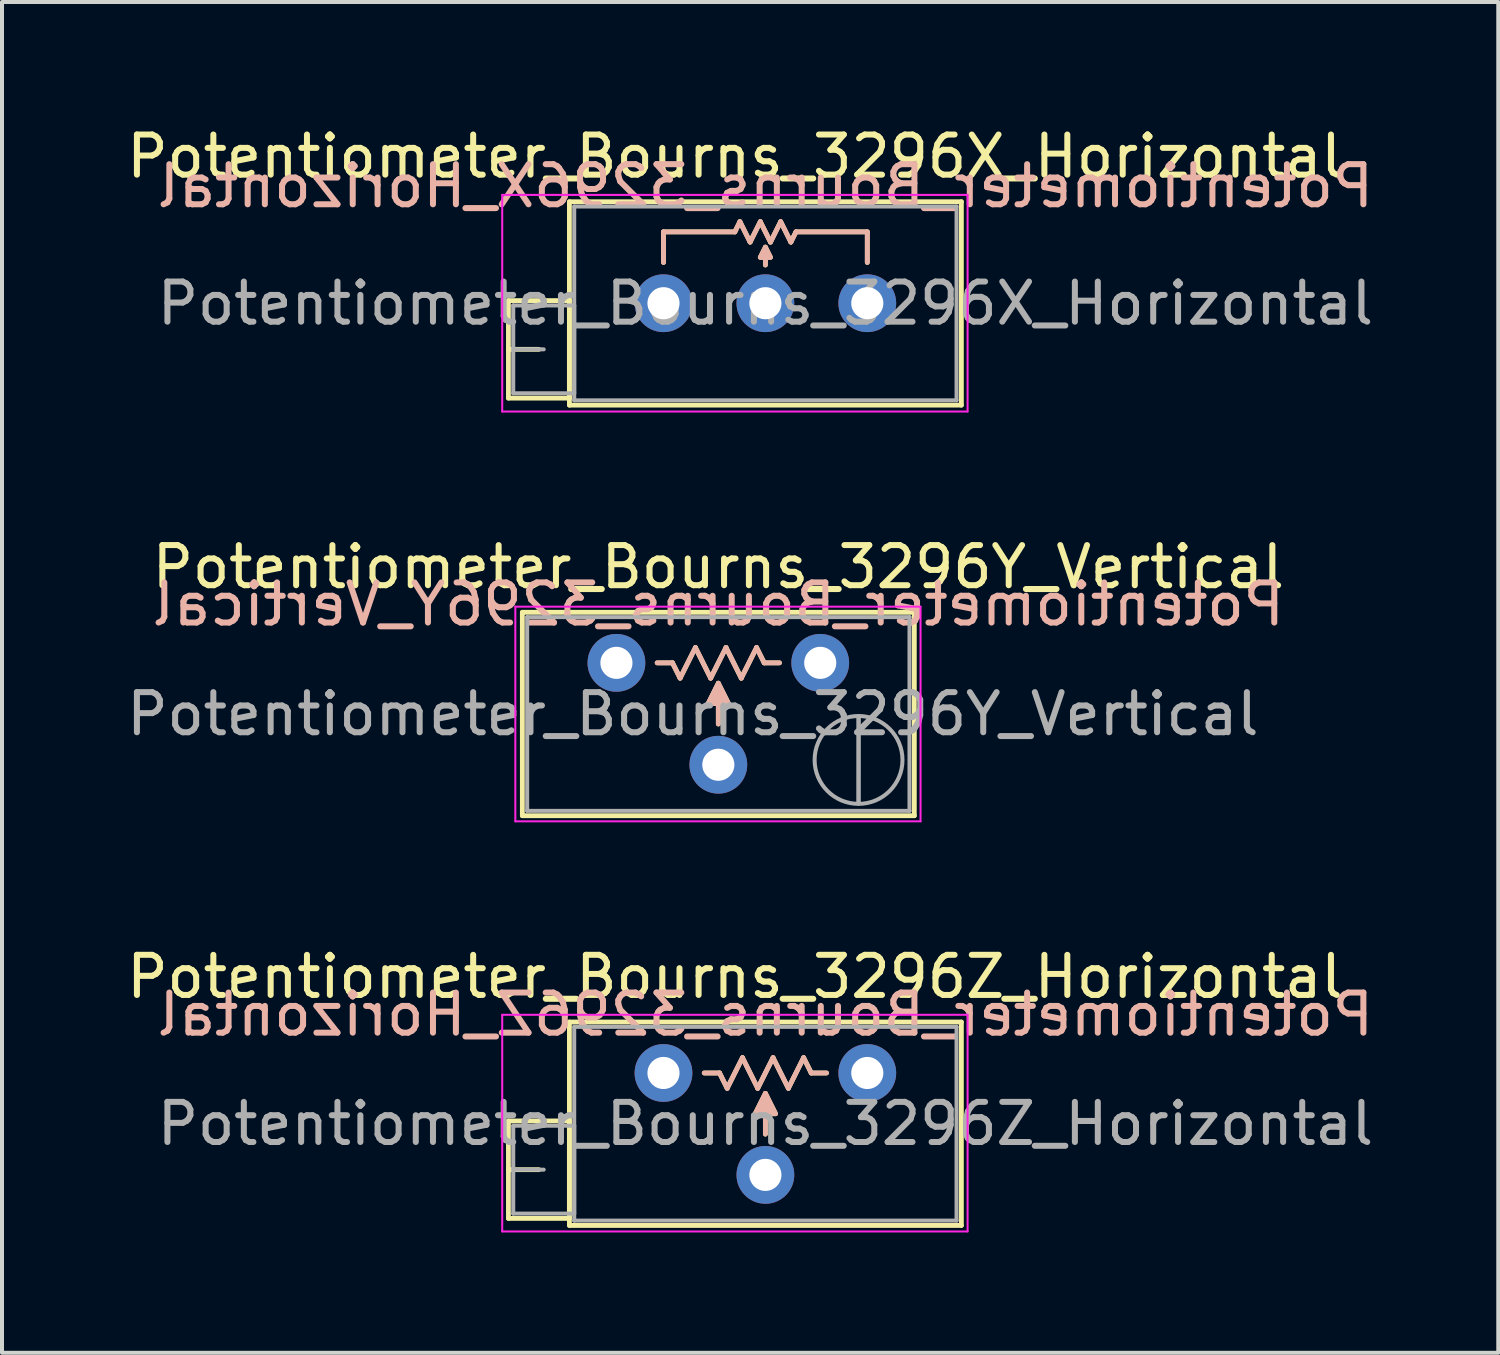
<source format=kicad_pcb>
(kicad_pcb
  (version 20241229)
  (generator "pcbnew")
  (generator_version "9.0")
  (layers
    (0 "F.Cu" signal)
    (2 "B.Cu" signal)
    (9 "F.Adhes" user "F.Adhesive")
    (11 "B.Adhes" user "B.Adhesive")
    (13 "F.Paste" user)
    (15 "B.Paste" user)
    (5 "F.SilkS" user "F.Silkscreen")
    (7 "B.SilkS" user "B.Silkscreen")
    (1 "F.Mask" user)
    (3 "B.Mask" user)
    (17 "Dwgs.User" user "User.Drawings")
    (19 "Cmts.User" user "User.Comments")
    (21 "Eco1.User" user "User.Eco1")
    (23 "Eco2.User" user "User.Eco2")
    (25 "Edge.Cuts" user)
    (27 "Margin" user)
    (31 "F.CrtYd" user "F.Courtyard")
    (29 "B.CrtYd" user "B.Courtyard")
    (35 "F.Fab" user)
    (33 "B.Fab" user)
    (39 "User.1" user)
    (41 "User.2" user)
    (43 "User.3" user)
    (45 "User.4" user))
  (footprint "Potentiometer_Bourns_3296X_Horizontal"
    (layer "F.Cu")
    (at 18.568 4.508)
    (property "Reference" "Potentiometer_Bourns_3296X_Horizontal" (at -3.3 -3.66 0) (layer "F.SilkS") (effects (font (size 1 1) (thickness 0.15))))
    (attr through_hole)
    (fp_line (start -8.945 -0.065) (end -8.945 2.365) (stroke (width 0.12) (type solid)) (layer "F.SilkS"))
    (fp_line (start -8.945 -0.065) (end -7.426 -0.065) (stroke (width 0.12) (type solid)) (layer "F.SilkS"))
    (fp_line (start -8.945 1.15) (end -8.186 1.15) (stroke (width 0.12) (type solid)) (layer "F.SilkS"))
    (fp_line (start -8.945 2.365) (end -7.426 2.365) (stroke (width 0.12) (type solid)) (layer "F.SilkS"))
    (fp_line (start -7.426 -0.065) (end -7.426 2.365) (stroke (width 0.12) (type solid)) (layer "F.SilkS"))
    (fp_line (start -7.425 -2.53) (end -7.425 2.54) (stroke (width 0.12) (type solid)) (layer "F.SilkS"))
    (fp_line (start -7.425 -2.53) (end 2.345 -2.53) (stroke (width 0.12) (type solid)) (layer "F.SilkS"))
    (fp_line (start -7.425 2.54) (end 2.345 2.54) (stroke (width 0.12) (type solid)) (layer "F.SilkS"))
    (fp_line (start -5.08 -1.778) (end -5.08 -1.016) (stroke (width 0.12) (type solid)) (layer "F.SilkS"))
    (fp_line (start -3.302 -1.778) (end -5.08 -1.778) (stroke (width 0.12) (type solid)) (layer "F.SilkS"))
    (fp_line (start -3.175 -2.032) (end -3.302 -1.778) (stroke (width 0.12) (type solid)) (layer "F.SilkS"))
    (fp_line (start -2.921 -1.524) (end -3.175 -2.032) (stroke (width 0.12) (type solid)) (layer "F.SilkS"))
    (fp_line (start -2.667 -2.032) (end -2.921 -1.524) (stroke (width 0.12) (type solid)) (layer "F.SilkS"))
    (fp_line (start -2.54 -1.397) (end -2.54 -0.953) (stroke (width 0.12) (type solid)) (layer "F.SilkS"))
    (fp_line (start -2.413 -1.524) (end -2.667 -2.032) (stroke (width 0.12) (type solid)) (layer "F.SilkS"))
    (fp_line (start -2.159 -2.032) (end -2.413 -1.524) (stroke (width 0.12) (type solid)) (layer "F.SilkS"))
    (fp_line (start -1.905 -1.524) (end -2.159 -2.032) (stroke (width 0.12) (type solid)) (layer "F.SilkS"))
    (fp_line (start -1.778 -1.778) (end -1.905 -1.524) (stroke (width 0.12) (type solid)) (layer "F.SilkS"))
    (fp_line (start -1.778 -1.778) (end 0 -1.778) (stroke (width 0.12) (type solid)) (layer "F.SilkS"))
    (fp_line (start 0 -1.778) (end 0 -1.016) (stroke (width 0.12) (type solid)) (layer "F.SilkS"))
    (fp_line (start 2.345 -2.53) (end 2.345 2.54) (stroke (width 0.12) (type solid)) (layer "F.SilkS"))
    (fp_poly (pts (xy -2.413 -1.143) (xy -2.667 -1.143) (xy -2.54 -1.397)) (stroke (width 0.12) (type solid)) (fill yes) (layer "F.SilkS"))
    (fp_line (start -5.08 -1.778) (end -3.302 -1.778) (stroke (width 0.12) (type solid)) (layer "B.SilkS"))
    (fp_line (start -5.08 -1.016) (end -5.08 -1.778) (stroke (width 0.12) (type solid)) (layer "B.SilkS"))
    (fp_line (start -3.302 -1.778) (end -3.175 -2.032) (stroke (width 0.12) (type solid)) (layer "B.SilkS"))
    (fp_line (start -3.175 -2.032) (end -2.921 -1.524) (stroke (width 0.12) (type solid)) (layer "B.SilkS"))
    (fp_line (start -2.921 -1.524) (end -2.667 -2.032) (stroke (width 0.12) (type solid)) (layer "B.SilkS"))
    (fp_line (start -2.667 -2.032) (end -2.413 -1.524) (stroke (width 0.12) (type solid)) (layer "B.SilkS"))
    (fp_line (start -2.54 -1.397) (end -2.54 -0.953) (stroke (width 0.12) (type solid)) (layer "B.SilkS"))
    (fp_line (start -2.413 -1.524) (end -2.159 -2.032) (stroke (width 0.12) (type solid)) (layer "B.SilkS"))
    (fp_line (start -2.159 -2.032) (end -1.905 -1.524) (stroke (width 0.12) (type solid)) (layer "B.SilkS"))
    (fp_line (start -1.905 -1.524) (end -1.778 -1.778) (stroke (width 0.12) (type solid)) (layer "B.SilkS"))
    (fp_line (start -1.778 -1.778) (end 0 -1.778) (stroke (width 0.12) (type solid)) (layer "B.SilkS"))
    (fp_line (start 0 -1.778) (end 0 -1.016) (stroke (width 0.12) (type solid)) (layer "B.SilkS"))
    (fp_poly (pts (xy -2.413 -1.143) (xy -2.667 -1.143) (xy -2.54 -1.397)) (stroke (width 0.12) (type solid)) (fill yes) (layer "B.SilkS"))
    (fp_line (start -9.1 -2.7) (end -9.1 2.7) (stroke (width 0.05) (type solid)) (layer "F.CrtYd"))
    (fp_line (start -9.1 2.7) (end 2.5 2.7) (stroke (width 0.05) (type solid)) (layer "F.CrtYd"))
    (fp_line (start 2.5 -2.7) (end -9.1 -2.7) (stroke (width 0.05) (type solid)) (layer "F.CrtYd"))
    (fp_line (start 2.5 2.7) (end 2.5 -2.7) (stroke (width 0.05) (type solid)) (layer "F.CrtYd"))
    (fp_line (start -8.825 0.055) (end -8.825 2.245) (stroke (width 0.1) (type solid)) (layer "F.Fab"))
    (fp_line (start -8.825 1.15) (end -8.065 1.15) (stroke (width 0.1) (type solid)) (layer "F.Fab"))
    (fp_line (start -8.825 2.245) (end -7.305 2.245) (stroke (width 0.1) (type solid)) (layer "F.Fab"))
    (fp_line (start -7.305 -2.41) (end -7.305 2.42) (stroke (width 0.1) (type solid)) (layer "F.Fab"))
    (fp_line (start -7.305 0.055) (end -8.825 0.055) (stroke (width 0.1) (type solid)) (layer "F.Fab"))
    (fp_line (start -7.305 2.245) (end -7.305 0.055) (stroke (width 0.1) (type solid)) (layer "F.Fab"))
    (fp_line (start -7.305 2.42) (end 2.225 2.42) (stroke (width 0.1) (type solid)) (layer "F.Fab"))
    (fp_line (start 2.225 -2.41) (end -7.305 -2.41) (stroke (width 0.1) (type solid)) (layer "F.Fab"))
    (fp_line (start 2.225 2.42) (end 2.225 -2.41) (stroke (width 0.1) (type solid)) (layer "F.Fab"))
    (fp_text user "${REFERENCE}" (at -2.54 -2.921 0) (unlocked yes) (layer "B.SilkS") (effects (font (size 1 1) (thickness 0.15)) (justify mirror)))
    (fp_text user "${REFERENCE}" (at -2.54 0.005 0) (layer "F.Fab") (effects (font (size 1 1) (thickness 0.15))))
    (pad "1" thru_hole circle (at 0 0) (size 1.44 1.44) (drill 0.8) (layers "*.Cu" "*.Mask"))
    (pad "2" thru_hole circle (at -2.54 0) (size 1.44 1.44) (drill 0.8) (layers "*.Cu" "*.Mask"))
    (pad "3" thru_hole circle (at -5.08 0) (size 1.44 1.44) (drill 0.8) (layers "*.Cu" "*.Mask")))
  (footprint "Potentiometer_Bourns_3296Z_Horizontal"
    (layer "F.Cu")
    (at 18.568 23.695)
    (property "Reference" "Potentiometer_Bourns_3296Z_Horizontal" (at -3.3 -2.4 0) (layer "F.SilkS") (effects (font (size 1 1) (thickness 0.15))))
    (attr through_hole)
    (fp_line (start -8.945 1.195) (end -8.945 3.625) (stroke (width 0.12) (type solid)) (layer "F.SilkS"))
    (fp_line (start -8.945 1.195) (end -7.426 1.195) (stroke (width 0.12) (type solid)) (layer "F.SilkS"))
    (fp_line (start -8.945 2.41) (end -8.186 2.41) (stroke (width 0.12) (type solid)) (layer "F.SilkS"))
    (fp_line (start -8.945 3.625) (end -7.426 3.625) (stroke (width 0.12) (type solid)) (layer "F.SilkS"))
    (fp_line (start -7.426 1.195) (end -7.426 3.625) (stroke (width 0.12) (type solid)) (layer "F.SilkS"))
    (fp_line (start -7.425 -1.27) (end -7.425 3.8) (stroke (width 0.12) (type solid)) (layer "F.SilkS"))
    (fp_line (start -7.425 -1.27) (end 2.345 -1.27) (stroke (width 0.12) (type solid)) (layer "F.SilkS"))
    (fp_line (start -7.425 3.8) (end 2.345 3.8) (stroke (width 0.12) (type solid)) (layer "F.SilkS"))
    (fp_line (start -3.683 0) (end -4.064 0) (stroke (width 0.12) (type solid)) (layer "F.SilkS"))
    (fp_line (start -3.683 0) (end -3.493 0.381) (stroke (width 0.12) (type solid)) (layer "F.SilkS"))
    (fp_line (start -3.493 0.381) (end -3.111 -0.381) (stroke (width 0.12) (type solid)) (layer "F.SilkS"))
    (fp_line (start -3.111 -0.381) (end -2.731 0.381) (stroke (width 0.12) (type solid)) (layer "F.SilkS"))
    (fp_line (start -2.731 0.381) (end -2.349 -0.381) (stroke (width 0.12) (type solid)) (layer "F.SilkS"))
    (fp_line (start -2.54 1.524) (end -2.54 0.508) (stroke (width 0.12) (type solid)) (layer "F.SilkS"))
    (fp_line (start -2.349 -0.381) (end -1.968 0.381) (stroke (width 0.12) (type solid)) (layer "F.SilkS"))
    (fp_line (start -1.968 0.381) (end -1.587 -0.381) (stroke (width 0.12) (type solid)) (layer "F.SilkS"))
    (fp_line (start -1.587 -0.381) (end -1.397 0) (stroke (width 0.12) (type solid)) (layer "F.SilkS"))
    (fp_line (start -1.397 0) (end -1.016 0) (stroke (width 0.12) (type solid)) (layer "F.SilkS"))
    (fp_line (start 2.345 -1.27) (end 2.345 3.8) (stroke (width 0.12) (type solid)) (layer "F.SilkS"))
    (fp_poly (pts (xy -2.54 0.508) (xy -2.286 1.016) (xy -2.794 1.016)) (stroke (width 0.12) (type solid)) (fill yes) (layer "F.SilkS"))
    (fp_line (start -4.064 0) (end -3.683 0) (stroke (width 0.12) (type solid)) (layer "B.SilkS"))
    (fp_line (start -3.683 0) (end -3.493 0.381) (stroke (width 0.12) (type solid)) (layer "B.SilkS"))
    (fp_line (start -3.493 0.381) (end -3.111 -0.381) (stroke (width 0.12) (type solid)) (layer "B.SilkS"))
    (fp_line (start -3.111 -0.381) (end -2.731 0.381) (stroke (width 0.12) (type solid)) (layer "B.SilkS"))
    (fp_line (start -2.731 0.381) (end -2.349 -0.381) (stroke (width 0.12) (type solid)) (layer "B.SilkS"))
    (fp_line (start -2.54 1.524) (end -2.54 0.508) (stroke (width 0.12) (type solid)) (layer "B.SilkS"))
    (fp_line (start -2.349 -0.381) (end -1.968 0.381) (stroke (width 0.12) (type solid)) (layer "B.SilkS"))
    (fp_line (start -1.968 0.381) (end -1.587 -0.381) (stroke (width 0.12) (type solid)) (layer "B.SilkS"))
    (fp_line (start -1.587 -0.381) (end -1.397 0) (stroke (width 0.12) (type solid)) (layer "B.SilkS"))
    (fp_line (start -1.397 0) (end -1.016 0) (stroke (width 0.12) (type solid)) (layer "B.SilkS"))
    (fp_poly (pts (xy -2.54 0.508) (xy -2.286 1.016) (xy -2.794 1.016)) (stroke (width 0.12) (type solid)) (fill yes) (layer "B.SilkS"))
    (fp_line (start -9.1 -1.45) (end -9.1 3.95) (stroke (width 0.05) (type solid)) (layer "F.CrtYd"))
    (fp_line (start -9.1 3.95) (end 2.5 3.95) (stroke (width 0.05) (type solid)) (layer "F.CrtYd"))
    (fp_line (start 2.5 -1.45) (end -9.1 -1.45) (stroke (width 0.05) (type solid)) (layer "F.CrtYd"))
    (fp_line (start 2.5 3.95) (end 2.5 -1.45) (stroke (width 0.05) (type solid)) (layer "F.CrtYd"))
    (fp_line (start -8.825 1.315) (end -8.825 3.505) (stroke (width 0.1) (type solid)) (layer "F.Fab"))
    (fp_line (start -8.825 2.41) (end -8.065 2.41) (stroke (width 0.1) (type solid)) (layer "F.Fab"))
    (fp_line (start -8.825 3.505) (end -7.305 3.505) (stroke (width 0.1) (type solid)) (layer "F.Fab"))
    (fp_line (start -7.305 -1.15) (end -7.305 3.68) (stroke (width 0.1) (type solid)) (layer "F.Fab"))
    (fp_line (start -7.305 1.315) (end -8.825 1.315) (stroke (width 0.1) (type solid)) (layer "F.Fab"))
    (fp_line (start -7.305 3.505) (end -7.305 1.315) (stroke (width 0.1) (type solid)) (layer "F.Fab"))
    (fp_line (start -7.305 3.68) (end 2.225 3.68) (stroke (width 0.1) (type solid)) (layer "F.Fab"))
    (fp_line (start 2.225 -1.15) (end -7.305 -1.15) (stroke (width 0.1) (type solid)) (layer "F.Fab"))
    (fp_line (start 2.225 3.68) (end 2.225 -1.15) (stroke (width 0.1) (type solid)) (layer "F.Fab"))
    (fp_text user "${REFERENCE}" (at -2.54 -1.46 0) (unlocked yes) (layer "B.SilkS") (effects (font (size 1 1) (thickness 0.15)) (justify mirror)))
    (fp_text user "${REFERENCE}" (at -2.54 1.265 0) (layer "F.Fab") (effects (font (size 1 1) (thickness 0.15))))
    (pad "1" thru_hole circle (at 0 0) (size 1.44 1.44) (drill 0.8) (layers "*.Cu" "*.Mask"))
    (pad "2" thru_hole circle (at -2.54 2.54) (size 1.44 1.44) (drill 0.8) (layers "*.Cu" "*.Mask"))
    (pad "3" thru_hole circle (at -5.08 0) (size 1.44 1.44) (drill 0.8) (layers "*.Cu" "*.Mask")))
  (footprint "Potentiometer_Bourns_3296Y_Vertical"
    (layer "F.Cu")
    (at 17.395 13.472)
    (property "Reference" "Potentiometer_Bourns_3296Y_Vertical" (at -2.54 -2.39 0) (layer "F.SilkS") (effects (font (size 1 1) (thickness 0.15))))
    (attr through_hole)
    (fp_line (start -7.425 -1.26) (end -7.425 3.81) (stroke (width 0.12) (type solid)) (layer "F.SilkS"))
    (fp_line (start -7.425 -1.26) (end 2.345 -1.26) (stroke (width 0.12) (type solid)) (layer "F.SilkS"))
    (fp_line (start -7.425 3.81) (end 2.345 3.81) (stroke (width 0.12) (type solid)) (layer "F.SilkS"))
    (fp_line (start -3.683 0) (end -4.064 0) (stroke (width 0.12) (type solid)) (layer "F.SilkS"))
    (fp_line (start -3.683 0) (end -3.493 0.381) (stroke (width 0.12) (type solid)) (layer "F.SilkS"))
    (fp_line (start -3.493 0.381) (end -3.111 -0.381) (stroke (width 0.12) (type solid)) (layer "F.SilkS"))
    (fp_line (start -3.111 -0.381) (end -2.731 0.381) (stroke (width 0.12) (type solid)) (layer "F.SilkS"))
    (fp_line (start -2.731 0.381) (end -2.349 -0.381) (stroke (width 0.12) (type solid)) (layer "F.SilkS"))
    (fp_line (start -2.54 1.524) (end -2.54 0.508) (stroke (width 0.12) (type solid)) (layer "F.SilkS"))
    (fp_line (start -2.349 -0.381) (end -1.968 0.381) (stroke (width 0.12) (type solid)) (layer "F.SilkS"))
    (fp_line (start -1.968 0.381) (end -1.587 -0.381) (stroke (width 0.12) (type solid)) (layer "F.SilkS"))
    (fp_line (start -1.587 -0.381) (end -1.397 0) (stroke (width 0.12) (type solid)) (layer "F.SilkS"))
    (fp_line (start -1.397 0) (end -1.016 0) (stroke (width 0.12) (type solid)) (layer "F.SilkS"))
    (fp_line (start 2.345 -1.26) (end 2.345 3.81) (stroke (width 0.12) (type solid)) (layer "F.SilkS"))
    (fp_poly (pts (xy -2.54 0.508) (xy -2.286 1.016) (xy -2.794 1.016)) (stroke (width 0.12) (type solid)) (fill yes) (layer "F.SilkS"))
    (fp_line (start -4.064 0) (end -3.683 0) (stroke (width 0.12) (type solid)) (layer "B.SilkS"))
    (fp_line (start -3.683 0) (end -3.493 0.381) (stroke (width 0.12) (type solid)) (layer "B.SilkS"))
    (fp_line (start -3.493 0.381) (end -3.111 -0.381) (stroke (width 0.12) (type solid)) (layer "B.SilkS"))
    (fp_line (start -3.111 -0.381) (end -2.731 0.381) (stroke (width 0.12) (type solid)) (layer "B.SilkS"))
    (fp_line (start -2.731 0.381) (end -2.349 -0.381) (stroke (width 0.12) (type solid)) (layer "B.SilkS"))
    (fp_line (start -2.54 1.524) (end -2.54 0.508) (stroke (width 0.12) (type solid)) (layer "B.SilkS"))
    (fp_line (start -2.349 -0.381) (end -1.968 0.381) (stroke (width 0.12) (type solid)) (layer "B.SilkS"))
    (fp_line (start -1.968 0.381) (end -1.587 -0.381) (stroke (width 0.12) (type solid)) (layer "B.SilkS"))
    (fp_line (start -1.587 -0.381) (end -1.397 0) (stroke (width 0.12) (type solid)) (layer "B.SilkS"))
    (fp_line (start -1.397 0) (end -1.016 0) (stroke (width 0.12) (type solid)) (layer "B.SilkS"))
    (fp_poly (pts (xy -2.54 0.508) (xy -2.286 1.016) (xy -2.794 1.016)) (stroke (width 0.12) (type solid)) (fill yes) (layer "B.SilkS"))
    (fp_line (start -7.6 -1.4) (end -7.6 3.95) (stroke (width 0.05) (type solid)) (layer "F.CrtYd"))
    (fp_line (start -7.6 3.95) (end 2.5 3.95) (stroke (width 0.05) (type solid)) (layer "F.CrtYd"))
    (fp_line (start 2.5 -1.4) (end -7.6 -1.4) (stroke (width 0.05) (type solid)) (layer "F.CrtYd"))
    (fp_line (start 2.5 3.95) (end 2.5 -1.4) (stroke (width 0.05) (type solid)) (layer "F.CrtYd"))
    (fp_line (start -7.305 -1.14) (end -7.305 3.69) (stroke (width 0.1) (type solid)) (layer "F.Fab"))
    (fp_line (start -7.305 3.69) (end 2.225 3.69) (stroke (width 0.1) (type solid)) (layer "F.Fab"))
    (fp_line (start 0.955 3.505) (end 0.956 1.336) (stroke (width 0.1) (type solid)) (layer "F.Fab"))
    (fp_line (start 0.955 3.505) (end 0.956 1.336) (stroke (width 0.1) (type solid)) (layer "F.Fab"))
    (fp_line (start 2.225 -1.14) (end -7.305 -1.14) (stroke (width 0.1) (type solid)) (layer "F.Fab"))
    (fp_line (start 2.225 3.69) (end 2.225 -1.14) (stroke (width 0.1) (type solid)) (layer "F.Fab"))
    (fp_circle (center 0.955 2.42) (end 2.05 2.42) (stroke (width 0.1) (type solid)) (fill no) (layer "F.Fab"))
    (fp_text user "${REFERENCE}" (at -2.54 -1.46 0) (unlocked yes) (layer "B.SilkS") (effects (font (size 1 1) (thickness 0.15)) (justify mirror)))
    (fp_text user "${REFERENCE}" (at -3.175 1.275 0) (layer "F.Fab") (effects (font (size 1 1) (thickness 0.15))))
    (pad "1" thru_hole circle (at 0 0) (size 1.44 1.44) (drill 0.8) (layers "*.Cu" "*.Mask"))
    (pad "2" thru_hole circle (at -2.54 2.54) (size 1.44 1.44) (drill 0.8) (layers "*.Cu" "*.Mask"))
    (pad "3" thru_hole circle (at -5.08 0) (size 1.44 1.44) (drill 0.8) (layers "*.Cu" "*.Mask")))
  (gr_rect
    (start -3 -3)
    (end 34.296 30.67)
    (stroke (width 0.1) (type default))
    (fill no)
    (layer "Edge.Cuts")))
</source>
